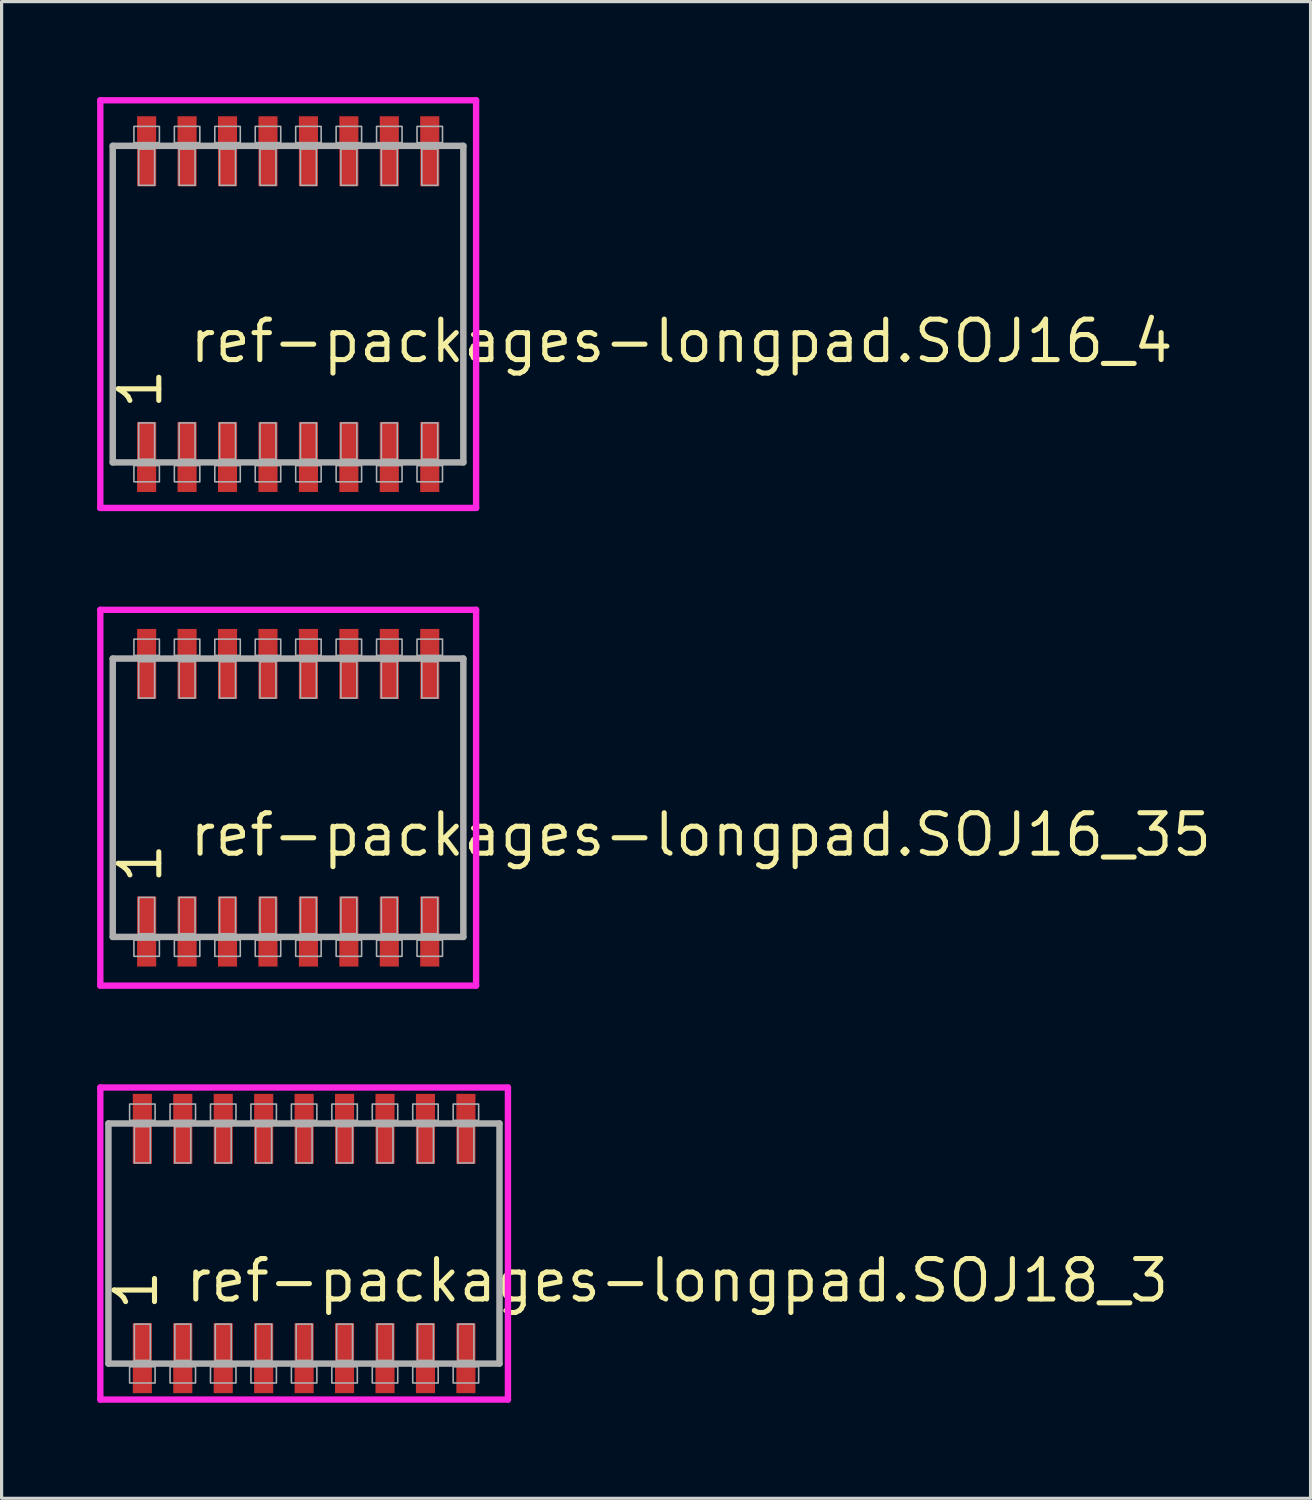
<source format=kicad_pcb>
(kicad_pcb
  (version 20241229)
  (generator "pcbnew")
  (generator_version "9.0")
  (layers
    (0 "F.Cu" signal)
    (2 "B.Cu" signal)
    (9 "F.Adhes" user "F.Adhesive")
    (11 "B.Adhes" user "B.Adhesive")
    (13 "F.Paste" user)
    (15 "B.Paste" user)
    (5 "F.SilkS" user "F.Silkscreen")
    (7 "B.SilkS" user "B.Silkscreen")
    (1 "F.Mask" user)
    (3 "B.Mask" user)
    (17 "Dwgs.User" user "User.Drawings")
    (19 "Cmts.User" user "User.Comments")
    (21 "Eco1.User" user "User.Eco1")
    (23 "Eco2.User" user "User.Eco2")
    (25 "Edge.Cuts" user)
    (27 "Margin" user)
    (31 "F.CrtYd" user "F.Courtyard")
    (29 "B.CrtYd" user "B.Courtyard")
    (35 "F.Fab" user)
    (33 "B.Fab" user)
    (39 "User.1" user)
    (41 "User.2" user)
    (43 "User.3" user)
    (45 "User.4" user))
  (footprint "ref-packages-longpad.SOJ16_35"
    (layer "F.Cu")
    (at 6 22)
    (property "Reference" "ref-packages-longpad.SOJ16_35" (at -3.175 1.905 0) (layer "F.SilkS") (effects (font (size 1.27 1.27) (thickness 0.16)) (justify left bottom)))
    (attr smd)
    (fp_line (start -5.9 -5.9) (end 5.9 -5.9) (stroke (width 0.2) (type default)) (layer "F.CrtYd"))
    (fp_line (start -5.9 5.9) (end -5.9 -5.9) (stroke (width 0.2) (type default)) (layer "F.CrtYd"))
    (fp_line (start 5.9 -5.9) (end 5.9 5.9) (stroke (width 0.2) (type default)) (layer "F.CrtYd"))
    (fp_line (start 5.9 5.9) (end -5.9 5.9) (stroke (width 0.2) (type default)) (layer "F.CrtYd"))
    (fp_line (start -5.51 -4.37) (end 5.5 -4.37) (stroke (width 0.203) (type default)) (layer "F.Fab"))
    (fp_line (start -5.51 4.37) (end -5.51 -4.37) (stroke (width 0.203) (type default)) (layer "F.Fab"))
    (fp_line (start 5.5 -4.37) (end 5.5 4.37) (stroke (width 0.203) (type default)) (layer "F.Fab"))
    (fp_line (start 5.5 4.37) (end -5.51 4.37) (stroke (width 0.203) (type default)) (layer "F.Fab"))
    (fp_rect (start -4.845 -4.47) (end -4.045 -4.98) (stroke (width 0.05) (type default)) (fill no) (layer "F.Fab"))
    (fp_rect (start -4.845 4.98) (end -4.045 4.47) (stroke (width 0.05) (type default)) (fill no) (layer "F.Fab"))
    (fp_rect (start -4.695 -3.13) (end -4.195 -4.27) (stroke (width 0.05) (type default)) (fill no) (layer "F.Fab"))
    (fp_rect (start -4.695 4.27) (end -4.195 3.13) (stroke (width 0.05) (type default)) (fill no) (layer "F.Fab"))
    (fp_rect (start -3.575 -4.47) (end -2.775 -4.98) (stroke (width 0.05) (type default)) (fill no) (layer "F.Fab"))
    (fp_rect (start -3.575 4.98) (end -2.775 4.47) (stroke (width 0.05) (type default)) (fill no) (layer "F.Fab"))
    (fp_rect (start -3.425 -3.13) (end -2.925 -4.27) (stroke (width 0.05) (type default)) (fill no) (layer "F.Fab"))
    (fp_rect (start -3.425 4.27) (end -2.925 3.13) (stroke (width 0.05) (type default)) (fill no) (layer "F.Fab"))
    (fp_rect (start -2.305 -4.47) (end -1.505 -4.98) (stroke (width 0.05) (type default)) (fill no) (layer "F.Fab"))
    (fp_rect (start -2.305 4.98) (end -1.505 4.47) (stroke (width 0.05) (type default)) (fill no) (layer "F.Fab"))
    (fp_rect (start -2.155 -3.13) (end -1.655 -4.27) (stroke (width 0.05) (type default)) (fill no) (layer "F.Fab"))
    (fp_rect (start -2.155 4.27) (end -1.655 3.13) (stroke (width 0.05) (type default)) (fill no) (layer "F.Fab"))
    (fp_rect (start -1.035 -4.47) (end -0.235 -4.98) (stroke (width 0.05) (type default)) (fill no) (layer "F.Fab"))
    (fp_rect (start -1.035 4.98) (end -0.235 4.47) (stroke (width 0.05) (type default)) (fill no) (layer "F.Fab"))
    (fp_rect (start -0.885 -3.13) (end -0.385 -4.27) (stroke (width 0.05) (type default)) (fill no) (layer "F.Fab"))
    (fp_rect (start -0.885 4.27) (end -0.385 3.13) (stroke (width 0.05) (type default)) (fill no) (layer "F.Fab"))
    (fp_rect (start 0.235 -4.47) (end 1.035 -4.98) (stroke (width 0.05) (type default)) (fill no) (layer "F.Fab"))
    (fp_rect (start 0.235 4.98) (end 1.035 4.47) (stroke (width 0.05) (type default)) (fill no) (layer "F.Fab"))
    (fp_rect (start 0.385 -3.13) (end 0.885 -4.27) (stroke (width 0.05) (type default)) (fill no) (layer "F.Fab"))
    (fp_rect (start 0.385 4.27) (end 0.885 3.13) (stroke (width 0.05) (type default)) (fill no) (layer "F.Fab"))
    (fp_rect (start 1.505 -4.47) (end 2.305 -4.98) (stroke (width 0.05) (type default)) (fill no) (layer "F.Fab"))
    (fp_rect (start 1.505 4.98) (end 2.305 4.47) (stroke (width 0.05) (type default)) (fill no) (layer "F.Fab"))
    (fp_rect (start 1.655 -3.13) (end 2.155 -4.27) (stroke (width 0.05) (type default)) (fill no) (layer "F.Fab"))
    (fp_rect (start 1.655 4.27) (end 2.155 3.13) (stroke (width 0.05) (type default)) (fill no) (layer "F.Fab"))
    (fp_rect (start 2.775 -4.47) (end 3.575 -4.98) (stroke (width 0.05) (type default)) (fill no) (layer "F.Fab"))
    (fp_rect (start 2.775 4.98) (end 3.575 4.47) (stroke (width 0.05) (type default)) (fill no) (layer "F.Fab"))
    (fp_rect (start 2.925 -3.13) (end 3.425 -4.27) (stroke (width 0.05) (type default)) (fill no) (layer "F.Fab"))
    (fp_rect (start 2.925 4.27) (end 3.425 3.13) (stroke (width 0.05) (type default)) (fill no) (layer "F.Fab"))
    (fp_rect (start 4.045 -4.47) (end 4.845 -4.98) (stroke (width 0.05) (type default)) (fill no) (layer "F.Fab"))
    (fp_rect (start 4.045 4.98) (end 4.845 4.47) (stroke (width 0.05) (type default)) (fill no) (layer "F.Fab"))
    (fp_rect (start 4.195 -3.13) (end 4.695 -4.27) (stroke (width 0.05) (type default)) (fill no) (layer "F.Fab"))
    (fp_rect (start 4.195 4.27) (end 4.695 3.13) (stroke (width 0.05) (type default)) (fill no) (layer "F.Fab"))
    (fp_text user "1" (at -3.9 2.77 90) (layer "F.SilkS") (effects (font (size 1.27 1.27) (thickness 0.16)) (justify left bottom)))
    (pad "1" smd roundrect (at -4.445 4.2) (size 0.6 2.2) (layers "F.Cu" "F.Mask" "F.Paste") (roundrect_rratio 0.01))
    (pad "2" smd roundrect (at -3.175 4.2) (size 0.6 2.2) (layers "F.Cu" "F.Mask" "F.Paste") (roundrect_rratio 0.01))
    (pad "3" smd roundrect (at -1.905 4.2) (size 0.6 2.2) (layers "F.Cu" "F.Mask" "F.Paste") (roundrect_rratio 0.01))
    (pad "4" smd roundrect (at -0.635 4.2) (size 0.6 2.2) (layers "F.Cu" "F.Mask" "F.Paste") (roundrect_rratio 0.01))
    (pad "5" smd roundrect (at 0.635 4.2) (size 0.6 2.2) (layers "F.Cu" "F.Mask" "F.Paste") (roundrect_rratio 0.01))
    (pad "6" smd roundrect (at 1.905 4.2) (size 0.6 2.2) (layers "F.Cu" "F.Mask" "F.Paste") (roundrect_rratio 0.01))
    (pad "7" smd roundrect (at 3.175 4.2) (size 0.6 2.2) (layers "F.Cu" "F.Mask" "F.Paste") (roundrect_rratio 0.01))
    (pad "8" smd roundrect (at 4.445 4.2) (size 0.6 2.2) (layers "F.Cu" "F.Mask" "F.Paste") (roundrect_rratio 0.01))
    (pad "9" smd roundrect (at 4.445 -4.2) (size 0.6 2.2) (layers "F.Cu" "F.Mask" "F.Paste") (roundrect_rratio 0.01))
    (pad "10" smd roundrect (at 3.175 -4.2) (size 0.6 2.2) (layers "F.Cu" "F.Mask" "F.Paste") (roundrect_rratio 0.01))
    (pad "11" smd roundrect (at 1.905 -4.2) (size 0.6 2.2) (layers "F.Cu" "F.Mask" "F.Paste") (roundrect_rratio 0.01))
    (pad "12" smd roundrect (at 0.635 -4.2) (size 0.6 2.2) (layers "F.Cu" "F.Mask" "F.Paste") (roundrect_rratio 0.01))
    (pad "13" smd roundrect (at -0.635 -4.2) (size 0.6 2.2) (layers "F.Cu" "F.Mask" "F.Paste") (roundrect_rratio 0.01))
    (pad "14" smd roundrect (at -1.905 -4.2) (size 0.6 2.2) (layers "F.Cu" "F.Mask" "F.Paste") (roundrect_rratio 0.01))
    (pad "15" smd roundrect (at -3.175 -4.2) (size 0.6 2.2) (layers "F.Cu" "F.Mask" "F.Paste") (roundrect_rratio 0.01))
    (pad "16" smd roundrect (at -4.445 -4.2) (size 0.6 2.2) (layers "F.Cu" "F.Mask" "F.Paste") (roundrect_rratio 0.01)))
  (footprint "ref-packages-longpad.SOJ16_4"
    (layer "F.Cu")
    (at 6 6.5)
    (property "Reference" "ref-packages-longpad.SOJ16_4" (at -3.175 1.905 0) (layer "F.SilkS") (effects (font (size 1.27 1.27) (thickness 0.16)) (justify left bottom)))
    (attr smd)
    (fp_line (start -5.9 -6.4) (end 5.9 -6.4) (stroke (width 0.2) (type default)) (layer "F.CrtYd"))
    (fp_line (start -5.9 6.4) (end -5.9 -6.4) (stroke (width 0.2) (type default)) (layer "F.CrtYd"))
    (fp_line (start 5.9 -6.4) (end 5.9 6.4) (stroke (width 0.2) (type default)) (layer "F.CrtYd"))
    (fp_line (start 5.9 6.4) (end -5.9 6.4) (stroke (width 0.2) (type default)) (layer "F.CrtYd"))
    (fp_line (start -5.51 -4.97) (end 5.5 -4.97) (stroke (width 0.203) (type default)) (layer "F.Fab"))
    (fp_line (start -5.51 4.97) (end -5.51 -4.97) (stroke (width 0.203) (type default)) (layer "F.Fab"))
    (fp_line (start 5.5 -4.97) (end 5.5 4.97) (stroke (width 0.203) (type default)) (layer "F.Fab"))
    (fp_line (start 5.5 4.97) (end -5.51 4.97) (stroke (width 0.203) (type default)) (layer "F.Fab"))
    (fp_rect (start -4.845 -5.07) (end -4.045 -5.58) (stroke (width 0.05) (type default)) (fill no) (layer "F.Fab"))
    (fp_rect (start -4.845 5.58) (end -4.045 5.07) (stroke (width 0.05) (type default)) (fill no) (layer "F.Fab"))
    (fp_rect (start -4.695 -3.73) (end -4.195 -4.87) (stroke (width 0.05) (type default)) (fill no) (layer "F.Fab"))
    (fp_rect (start -4.695 4.87) (end -4.195 3.73) (stroke (width 0.05) (type default)) (fill no) (layer "F.Fab"))
    (fp_rect (start -3.575 -5.07) (end -2.775 -5.58) (stroke (width 0.05) (type default)) (fill no) (layer "F.Fab"))
    (fp_rect (start -3.575 5.58) (end -2.775 5.07) (stroke (width 0.05) (type default)) (fill no) (layer "F.Fab"))
    (fp_rect (start -3.425 -3.73) (end -2.925 -4.87) (stroke (width 0.05) (type default)) (fill no) (layer "F.Fab"))
    (fp_rect (start -3.425 4.87) (end -2.925 3.73) (stroke (width 0.05) (type default)) (fill no) (layer "F.Fab"))
    (fp_rect (start -2.305 -5.07) (end -1.505 -5.58) (stroke (width 0.05) (type default)) (fill no) (layer "F.Fab"))
    (fp_rect (start -2.305 5.58) (end -1.505 5.07) (stroke (width 0.05) (type default)) (fill no) (layer "F.Fab"))
    (fp_rect (start -2.155 -3.73) (end -1.655 -4.87) (stroke (width 0.05) (type default)) (fill no) (layer "F.Fab"))
    (fp_rect (start -2.155 4.87) (end -1.655 3.73) (stroke (width 0.05) (type default)) (fill no) (layer "F.Fab"))
    (fp_rect (start -1.035 -5.07) (end -0.235 -5.58) (stroke (width 0.05) (type default)) (fill no) (layer "F.Fab"))
    (fp_rect (start -1.035 5.58) (end -0.235 5.07) (stroke (width 0.05) (type default)) (fill no) (layer "F.Fab"))
    (fp_rect (start -0.885 -3.73) (end -0.385 -4.87) (stroke (width 0.05) (type default)) (fill no) (layer "F.Fab"))
    (fp_rect (start -0.885 4.87) (end -0.385 3.73) (stroke (width 0.05) (type default)) (fill no) (layer "F.Fab"))
    (fp_rect (start 0.235 -5.07) (end 1.035 -5.58) (stroke (width 0.05) (type default)) (fill no) (layer "F.Fab"))
    (fp_rect (start 0.235 5.58) (end 1.035 5.07) (stroke (width 0.05) (type default)) (fill no) (layer "F.Fab"))
    (fp_rect (start 0.385 -3.73) (end 0.885 -4.87) (stroke (width 0.05) (type default)) (fill no) (layer "F.Fab"))
    (fp_rect (start 0.385 4.87) (end 0.885 3.73) (stroke (width 0.05) (type default)) (fill no) (layer "F.Fab"))
    (fp_rect (start 1.505 -5.07) (end 2.305 -5.58) (stroke (width 0.05) (type default)) (fill no) (layer "F.Fab"))
    (fp_rect (start 1.505 5.58) (end 2.305 5.07) (stroke (width 0.05) (type default)) (fill no) (layer "F.Fab"))
    (fp_rect (start 1.655 -3.73) (end 2.155 -4.87) (stroke (width 0.05) (type default)) (fill no) (layer "F.Fab"))
    (fp_rect (start 1.655 4.87) (end 2.155 3.73) (stroke (width 0.05) (type default)) (fill no) (layer "F.Fab"))
    (fp_rect (start 2.775 -5.07) (end 3.575 -5.58) (stroke (width 0.05) (type default)) (fill no) (layer "F.Fab"))
    (fp_rect (start 2.775 5.58) (end 3.575 5.07) (stroke (width 0.05) (type default)) (fill no) (layer "F.Fab"))
    (fp_rect (start 2.925 -3.73) (end 3.425 -4.87) (stroke (width 0.05) (type default)) (fill no) (layer "F.Fab"))
    (fp_rect (start 2.925 4.87) (end 3.425 3.73) (stroke (width 0.05) (type default)) (fill no) (layer "F.Fab"))
    (fp_rect (start 4.045 -5.07) (end 4.845 -5.58) (stroke (width 0.05) (type default)) (fill no) (layer "F.Fab"))
    (fp_rect (start 4.045 5.58) (end 4.845 5.07) (stroke (width 0.05) (type default)) (fill no) (layer "F.Fab"))
    (fp_rect (start 4.195 -3.73) (end 4.695 -4.87) (stroke (width 0.05) (type default)) (fill no) (layer "F.Fab"))
    (fp_rect (start 4.195 4.87) (end 4.695 3.73) (stroke (width 0.05) (type default)) (fill no) (layer "F.Fab"))
    (fp_text user "1" (at -3.9 3.37 90) (layer "F.SilkS") (effects (font (size 1.27 1.27) (thickness 0.16)) (justify left bottom)))
    (pad "1" smd roundrect (at -4.445 4.8) (size 0.6 2.2) (layers "F.Cu" "F.Mask" "F.Paste") (roundrect_rratio 0.01))
    (pad "2" smd roundrect (at -3.175 4.8) (size 0.6 2.2) (layers "F.Cu" "F.Mask" "F.Paste") (roundrect_rratio 0.01))
    (pad "3" smd roundrect (at -1.905 4.8) (size 0.6 2.2) (layers "F.Cu" "F.Mask" "F.Paste") (roundrect_rratio 0.01))
    (pad "4" smd roundrect (at -0.635 4.8) (size 0.6 2.2) (layers "F.Cu" "F.Mask" "F.Paste") (roundrect_rratio 0.01))
    (pad "5" smd roundrect (at 0.635 4.8) (size 0.6 2.2) (layers "F.Cu" "F.Mask" "F.Paste") (roundrect_rratio 0.01))
    (pad "6" smd roundrect (at 1.905 4.8) (size 0.6 2.2) (layers "F.Cu" "F.Mask" "F.Paste") (roundrect_rratio 0.01))
    (pad "7" smd roundrect (at 3.175 4.8) (size 0.6 2.2) (layers "F.Cu" "F.Mask" "F.Paste") (roundrect_rratio 0.01))
    (pad "8" smd roundrect (at 4.445 4.8) (size 0.6 2.2) (layers "F.Cu" "F.Mask" "F.Paste") (roundrect_rratio 0.01))
    (pad "9" smd roundrect (at 4.445 -4.8) (size 0.6 2.2) (layers "F.Cu" "F.Mask" "F.Paste") (roundrect_rratio 0.01))
    (pad "10" smd roundrect (at 3.175 -4.8) (size 0.6 2.2) (layers "F.Cu" "F.Mask" "F.Paste") (roundrect_rratio 0.01))
    (pad "11" smd roundrect (at 1.905 -4.8) (size 0.6 2.2) (layers "F.Cu" "F.Mask" "F.Paste") (roundrect_rratio 0.01))
    (pad "12" smd roundrect (at 0.635 -4.8) (size 0.6 2.2) (layers "F.Cu" "F.Mask" "F.Paste") (roundrect_rratio 0.01))
    (pad "13" smd roundrect (at -0.635 -4.8) (size 0.6 2.2) (layers "F.Cu" "F.Mask" "F.Paste") (roundrect_rratio 0.01))
    (pad "14" smd roundrect (at -1.905 -4.8) (size 0.6 2.2) (layers "F.Cu" "F.Mask" "F.Paste") (roundrect_rratio 0.01))
    (pad "15" smd roundrect (at -3.175 -4.8) (size 0.6 2.2) (layers "F.Cu" "F.Mask" "F.Paste") (roundrect_rratio 0.01))
    (pad "16" smd roundrect (at -4.445 -4.8) (size 0.6 2.2) (layers "F.Cu" "F.Mask" "F.Paste") (roundrect_rratio 0.01)))
  (footprint "ref-packages-longpad.SOJ18_3"
    (layer "F.Cu")
    (at 6.5 35.999)
    (property "Reference" "ref-packages-longpad.SOJ18_3" (at -3.81 1.905 0) (layer "F.SilkS") (effects (font (size 1.27 1.27) (thickness 0.16)) (justify left bottom)))
    (attr smd)
    (fp_line (start -6.4 -4.9) (end 6.4 -4.9) (stroke (width 0.2) (type default)) (layer "F.CrtYd"))
    (fp_line (start -6.4 4.9) (end -6.4 -4.9) (stroke (width 0.2) (type default)) (layer "F.CrtYd"))
    (fp_line (start 6.4 -4.9) (end 6.4 4.9) (stroke (width 0.2) (type default)) (layer "F.CrtYd"))
    (fp_line (start 6.4 4.9) (end -6.4 4.9) (stroke (width 0.2) (type default)) (layer "F.CrtYd"))
    (fp_line (start -6.145 -3.77) (end 6.135 -3.77) (stroke (width 0.203) (type default)) (layer "F.Fab"))
    (fp_line (start -6.145 3.77) (end -6.145 -3.77) (stroke (width 0.203) (type default)) (layer "F.Fab"))
    (fp_line (start 6.135 -3.77) (end 6.135 3.77) (stroke (width 0.203) (type default)) (layer "F.Fab"))
    (fp_line (start 6.135 3.77) (end -6.145 3.77) (stroke (width 0.203) (type default)) (layer "F.Fab"))
    (fp_rect (start -5.48 -3.87) (end -4.68 -4.38) (stroke (width 0.05) (type default)) (fill no) (layer "F.Fab"))
    (fp_rect (start -5.48 4.38) (end -4.68 3.87) (stroke (width 0.05) (type default)) (fill no) (layer "F.Fab"))
    (fp_rect (start -5.33 -2.53) (end -4.83 -3.67) (stroke (width 0.05) (type default)) (fill no) (layer "F.Fab"))
    (fp_rect (start -5.33 3.67) (end -4.83 2.53) (stroke (width 0.05) (type default)) (fill no) (layer "F.Fab"))
    (fp_rect (start -4.21 -3.87) (end -3.41 -4.38) (stroke (width 0.05) (type default)) (fill no) (layer "F.Fab"))
    (fp_rect (start -4.21 4.38) (end -3.41 3.87) (stroke (width 0.05) (type default)) (fill no) (layer "F.Fab"))
    (fp_rect (start -4.06 -2.53) (end -3.56 -3.67) (stroke (width 0.05) (type default)) (fill no) (layer "F.Fab"))
    (fp_rect (start -4.06 3.67) (end -3.56 2.53) (stroke (width 0.05) (type default)) (fill no) (layer "F.Fab"))
    (fp_rect (start -2.94 -3.87) (end -2.14 -4.38) (stroke (width 0.05) (type default)) (fill no) (layer "F.Fab"))
    (fp_rect (start -2.94 4.38) (end -2.14 3.87) (stroke (width 0.05) (type default)) (fill no) (layer "F.Fab"))
    (fp_rect (start -2.79 -2.53) (end -2.29 -3.67) (stroke (width 0.05) (type default)) (fill no) (layer "F.Fab"))
    (fp_rect (start -2.79 3.67) (end -2.29 2.53) (stroke (width 0.05) (type default)) (fill no) (layer "F.Fab"))
    (fp_rect (start -1.67 -3.87) (end -0.87 -4.38) (stroke (width 0.05) (type default)) (fill no) (layer "F.Fab"))
    (fp_rect (start -1.67 4.38) (end -0.87 3.87) (stroke (width 0.05) (type default)) (fill no) (layer "F.Fab"))
    (fp_rect (start -1.52 -2.53) (end -1.02 -3.67) (stroke (width 0.05) (type default)) (fill no) (layer "F.Fab"))
    (fp_rect (start -1.52 3.67) (end -1.02 2.53) (stroke (width 0.05) (type default)) (fill no) (layer "F.Fab"))
    (fp_rect (start -0.4 -3.87) (end 0.4 -4.38) (stroke (width 0.05) (type default)) (fill no) (layer "F.Fab"))
    (fp_rect (start -0.4 4.38) (end 0.4 3.87) (stroke (width 0.05) (type default)) (fill no) (layer "F.Fab"))
    (fp_rect (start -0.25 -2.53) (end 0.25 -3.67) (stroke (width 0.05) (type default)) (fill no) (layer "F.Fab"))
    (fp_rect (start -0.25 3.67) (end 0.25 2.53) (stroke (width 0.05) (type default)) (fill no) (layer "F.Fab"))
    (fp_rect (start 0.87 -3.87) (end 1.67 -4.38) (stroke (width 0.05) (type default)) (fill no) (layer "F.Fab"))
    (fp_rect (start 0.87 4.38) (end 1.67 3.87) (stroke (width 0.05) (type default)) (fill no) (layer "F.Fab"))
    (fp_rect (start 1.02 -2.53) (end 1.52 -3.67) (stroke (width 0.05) (type default)) (fill no) (layer "F.Fab"))
    (fp_rect (start 1.02 3.67) (end 1.52 2.53) (stroke (width 0.05) (type default)) (fill no) (layer "F.Fab"))
    (fp_rect (start 2.14 -3.87) (end 2.94 -4.38) (stroke (width 0.05) (type default)) (fill no) (layer "F.Fab"))
    (fp_rect (start 2.14 4.38) (end 2.94 3.87) (stroke (width 0.05) (type default)) (fill no) (layer "F.Fab"))
    (fp_rect (start 2.29 -2.53) (end 2.79 -3.67) (stroke (width 0.05) (type default)) (fill no) (layer "F.Fab"))
    (fp_rect (start 2.29 3.67) (end 2.79 2.53) (stroke (width 0.05) (type default)) (fill no) (layer "F.Fab"))
    (fp_rect (start 3.41 -3.87) (end 4.21 -4.38) (stroke (width 0.05) (type default)) (fill no) (layer "F.Fab"))
    (fp_rect (start 3.41 4.38) (end 4.21 3.87) (stroke (width 0.05) (type default)) (fill no) (layer "F.Fab"))
    (fp_rect (start 3.56 -2.53) (end 4.06 -3.67) (stroke (width 0.05) (type default)) (fill no) (layer "F.Fab"))
    (fp_rect (start 3.56 3.67) (end 4.06 2.53) (stroke (width 0.05) (type default)) (fill no) (layer "F.Fab"))
    (fp_rect (start 4.68 -3.87) (end 5.48 -4.38) (stroke (width 0.05) (type default)) (fill no) (layer "F.Fab"))
    (fp_rect (start 4.68 4.38) (end 5.48 3.87) (stroke (width 0.05) (type default)) (fill no) (layer "F.Fab"))
    (fp_rect (start 4.83 -2.53) (end 5.33 -3.67) (stroke (width 0.05) (type default)) (fill no) (layer "F.Fab"))
    (fp_rect (start 4.83 3.67) (end 5.33 2.53) (stroke (width 0.05) (type default)) (fill no) (layer "F.Fab"))
    (fp_text user "1" (at -4.535 2.17 90) (layer "F.SilkS") (effects (font (size 1.27 1.27) (thickness 0.16)) (justify left bottom)))
    (pad "1" smd roundrect (at -5.08 3.6) (size 0.6 2.2) (layers "F.Cu" "F.Mask" "F.Paste") (roundrect_rratio 0.01))
    (pad "2" smd roundrect (at -3.81 3.6) (size 0.6 2.2) (layers "F.Cu" "F.Mask" "F.Paste") (roundrect_rratio 0.01))
    (pad "3" smd roundrect (at -2.54 3.6) (size 0.6 2.2) (layers "F.Cu" "F.Mask" "F.Paste") (roundrect_rratio 0.01))
    (pad "4" smd roundrect (at -1.27 3.6) (size 0.6 2.2) (layers "F.Cu" "F.Mask" "F.Paste") (roundrect_rratio 0.01))
    (pad "5" smd roundrect (at 0 3.6) (size 0.6 2.2) (layers "F.Cu" "F.Mask" "F.Paste") (roundrect_rratio 0.01))
    (pad "6" smd roundrect (at 1.27 3.6) (size 0.6 2.2) (layers "F.Cu" "F.Mask" "F.Paste") (roundrect_rratio 0.01))
    (pad "7" smd roundrect (at 2.54 3.6) (size 0.6 2.2) (layers "F.Cu" "F.Mask" "F.Paste") (roundrect_rratio 0.01))
    (pad "8" smd roundrect (at 3.81 3.6) (size 0.6 2.2) (layers "F.Cu" "F.Mask" "F.Paste") (roundrect_rratio 0.01))
    (pad "9" smd roundrect (at 5.08 3.6) (size 0.6 2.2) (layers "F.Cu" "F.Mask" "F.Paste") (roundrect_rratio 0.01))
    (pad "10" smd roundrect (at 5.08 -3.6) (size 0.6 2.2) (layers "F.Cu" "F.Mask" "F.Paste") (roundrect_rratio 0.01))
    (pad "11" smd roundrect (at 3.81 -3.6) (size 0.6 2.2) (layers "F.Cu" "F.Mask" "F.Paste") (roundrect_rratio 0.01))
    (pad "12" smd roundrect (at 2.54 -3.6) (size 0.6 2.2) (layers "F.Cu" "F.Mask" "F.Paste") (roundrect_rratio 0.01))
    (pad "13" smd roundrect (at 1.27 -3.6) (size 0.6 2.2) (layers "F.Cu" "F.Mask" "F.Paste") (roundrect_rratio 0.01))
    (pad "14" smd roundrect (at 0 -3.6) (size 0.6 2.2) (layers "F.Cu" "F.Mask" "F.Paste") (roundrect_rratio 0.01))
    (pad "15" smd roundrect (at -1.27 -3.6) (size 0.6 2.2) (layers "F.Cu" "F.Mask" "F.Paste") (roundrect_rratio 0.01))
    (pad "16" smd roundrect (at -2.54 -3.6) (size 0.6 2.2) (layers "F.Cu" "F.Mask" "F.Paste") (roundrect_rratio 0.01))
    (pad "17" smd roundrect (at -3.81 -3.6) (size 0.6 2.2) (layers "F.Cu" "F.Mask" "F.Paste") (roundrect_rratio 0.01))
    (pad "18" smd roundrect (at -5.08 -3.6) (size 0.6 2.2) (layers "F.Cu" "F.Mask" "F.Paste") (roundrect_rratio 0.01)))
  (gr_rect
    (start -3 -3)
    (end 38.103 43.999)
    (stroke (width 0.1) (type default))
    (fill no)
    (layer "Edge.Cuts")))
</source>
